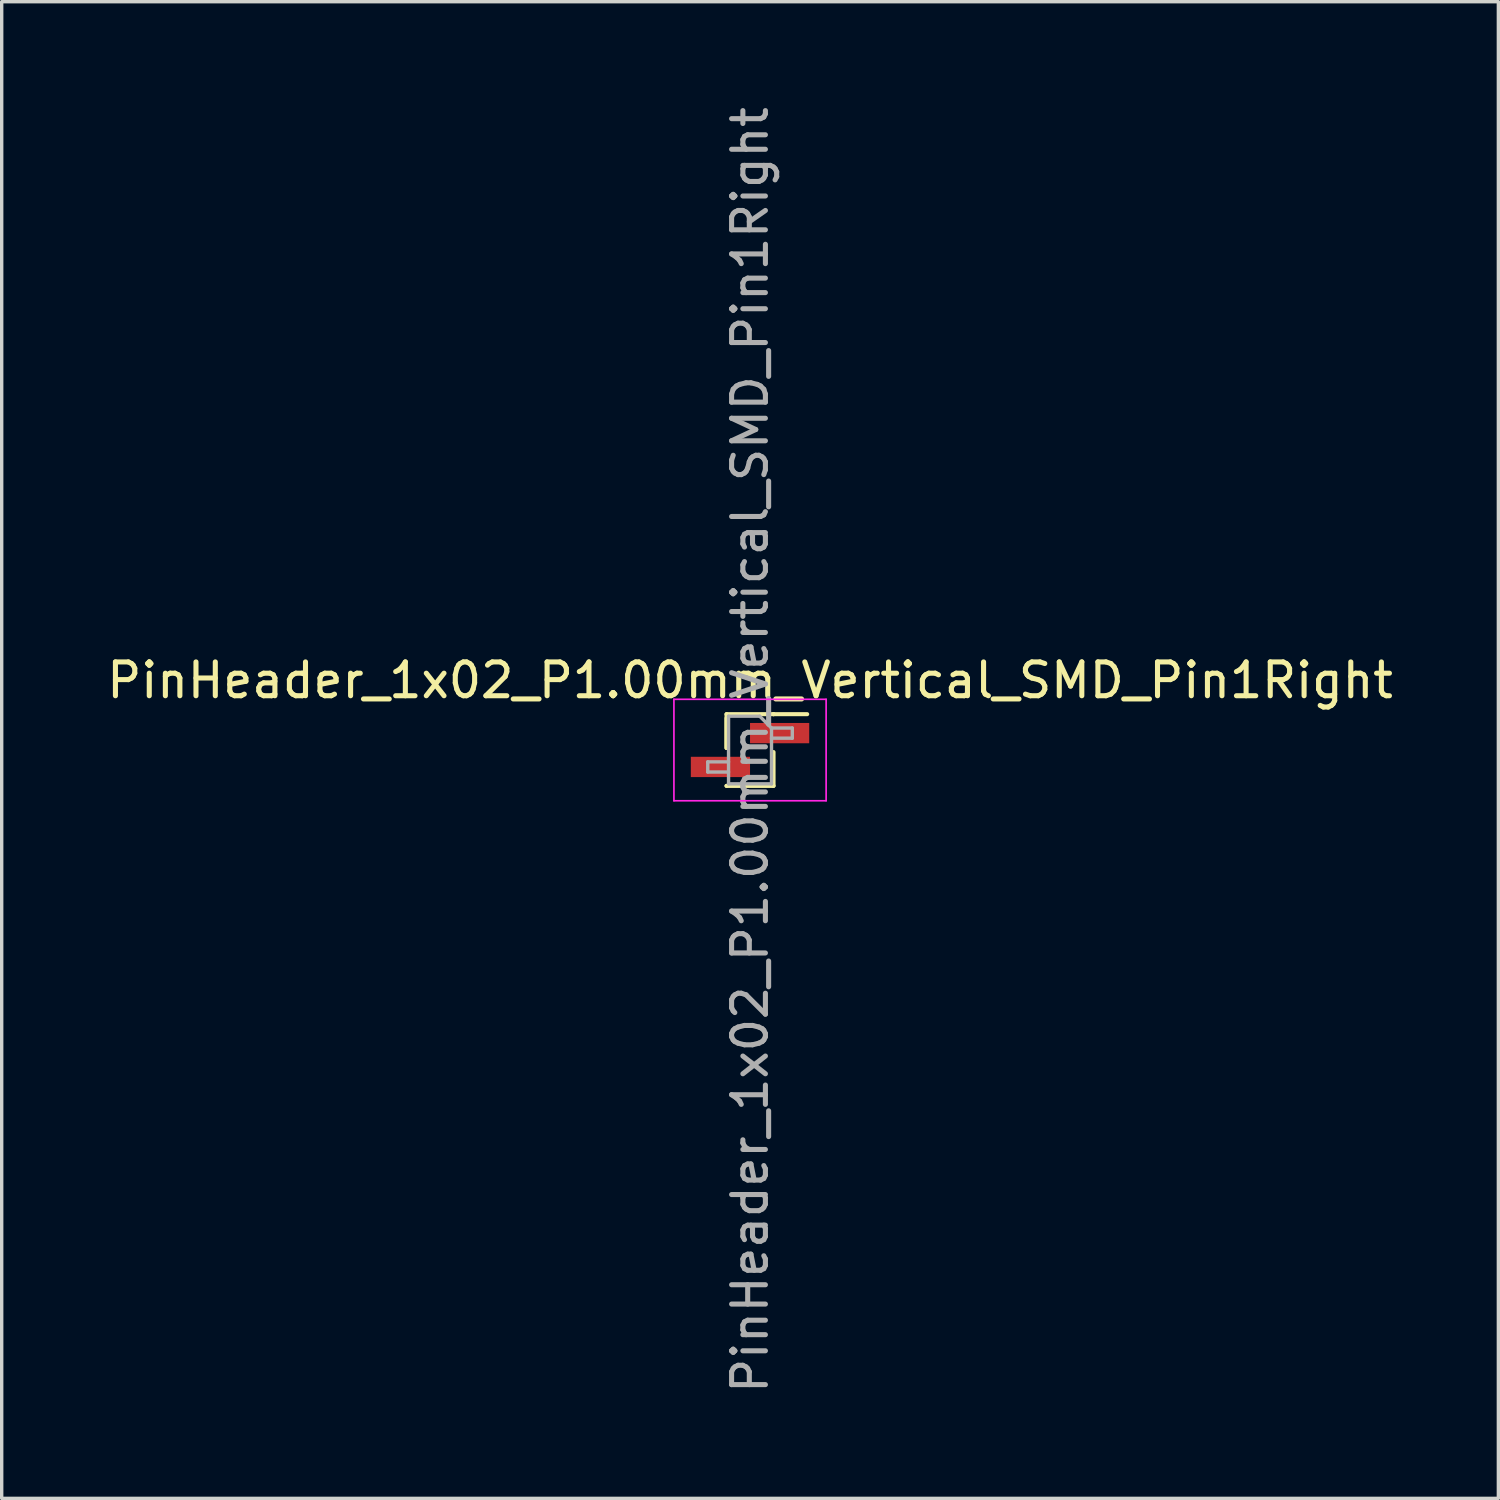
<source format=kicad_pcb>
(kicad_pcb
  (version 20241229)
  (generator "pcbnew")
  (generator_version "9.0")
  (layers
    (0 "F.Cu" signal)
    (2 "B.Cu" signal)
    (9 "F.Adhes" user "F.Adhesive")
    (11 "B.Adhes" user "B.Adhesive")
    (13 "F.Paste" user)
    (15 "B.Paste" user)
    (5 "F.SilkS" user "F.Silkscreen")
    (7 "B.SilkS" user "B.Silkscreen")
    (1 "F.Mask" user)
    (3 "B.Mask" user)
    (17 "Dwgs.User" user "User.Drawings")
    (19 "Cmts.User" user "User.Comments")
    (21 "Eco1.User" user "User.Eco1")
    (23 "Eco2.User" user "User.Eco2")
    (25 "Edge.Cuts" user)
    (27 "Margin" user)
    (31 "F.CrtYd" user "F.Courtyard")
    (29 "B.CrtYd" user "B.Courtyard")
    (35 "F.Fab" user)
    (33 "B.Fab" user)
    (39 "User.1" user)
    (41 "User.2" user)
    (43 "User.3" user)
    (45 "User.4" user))
  (footprint "PinHeader_1x02_P1.00mm_Vertical_SMD_Pin1Right"
    (layer "F.Cu")
    (at 19.125 19.125)
    (property "Reference" "PinHeader_1x02_P1.00mm_Vertical_SMD_Pin1Right" (at 0 -2.06 0) (layer "F.SilkS") (effects (font (size 1 1) (thickness 0.15))))
    (attr smd)
    (fp_line (start -0.695 -1.06) (end -0.695 -0.06) (stroke (width 0.12) (type solid)) (layer "F.SilkS"))
    (fp_line (start -0.695 -1.06) (end 0.695 -1.06) (stroke (width 0.12) (type solid)) (layer "F.SilkS"))
    (fp_line (start -0.695 -0.94) (end -0.695 -0.06) (stroke (width 0.12) (type solid)) (layer "F.SilkS"))
    (fp_line (start -0.695 1.06) (end -0.695 1.06) (stroke (width 0.12) (type solid)) (layer "F.SilkS"))
    (fp_line (start -0.695 1.06) (end 0.695 1.06) (stroke (width 0.12) (type solid)) (layer "F.SilkS"))
    (fp_line (start 0.695 -1.06) (end 0.695 -1.06) (stroke (width 0.12) (type solid)) (layer "F.SilkS"))
    (fp_line (start 0.695 -1.06) (end 1.69 -1.06) (stroke (width 0.12) (type solid)) (layer "F.SilkS"))
    (fp_line (start 0.695 0.06) (end 0.695 1.06) (stroke (width 0.12) (type solid)) (layer "F.SilkS"))
    (fp_line (start -2.25 -1.5) (end -2.25 1.5) (stroke (width 0.05) (type solid)) (layer "F.CrtYd"))
    (fp_line (start -2.25 1.5) (end 2.25 1.5) (stroke (width 0.05) (type solid)) (layer "F.CrtYd"))
    (fp_line (start 2.25 -1.5) (end -2.25 -1.5) (stroke (width 0.05) (type solid)) (layer "F.CrtYd"))
    (fp_line (start 2.25 1.5) (end 2.25 -1.5) (stroke (width 0.05) (type solid)) (layer "F.CrtYd"))
    (fp_line (start -1.25 0.35) (end -1.25 0.65) (stroke (width 0.1) (type solid)) (layer "F.Fab"))
    (fp_line (start -1.25 0.65) (end -0.635 0.65) (stroke (width 0.1) (type solid)) (layer "F.Fab"))
    (fp_line (start -0.635 -1) (end -0.635 1) (stroke (width 0.1) (type solid)) (layer "F.Fab"))
    (fp_line (start -0.635 -1) (end 0.285 -1) (stroke (width 0.1) (type solid)) (layer "F.Fab"))
    (fp_line (start -0.635 0.35) (end -1.25 0.35) (stroke (width 0.1) (type solid)) (layer "F.Fab"))
    (fp_line (start 0.635 -0.65) (end 0.285 -1) (stroke (width 0.1) (type solid)) (layer "F.Fab"))
    (fp_line (start 0.635 -0.65) (end 1.25 -0.65) (stroke (width 0.1) (type solid)) (layer "F.Fab"))
    (fp_line (start 0.635 1) (end -0.635 1) (stroke (width 0.1) (type solid)) (layer "F.Fab"))
    (fp_line (start 0.635 1) (end 0.635 -0.65) (stroke (width 0.1) (type solid)) (layer "F.Fab"))
    (fp_line (start 1.25 -0.65) (end 1.25 -0.35) (stroke (width 0.1) (type solid)) (layer "F.Fab"))
    (fp_line (start 1.25 -0.35) (end 0.635 -0.35) (stroke (width 0.1) (type solid)) (layer "F.Fab"))
    (fp_text user "${REFERENCE}" (at 0 0 90) (layer "F.Fab") (effects (font (size 1 1) (thickness 0.15))))
    (pad "1" smd rect (at 0.875 -0.5) (size 1.75 0.6) (layers "F.Cu" "F.Mask" "F.Paste"))
    (pad "2" smd rect (at -0.875 0.5) (size 1.75 0.6) (layers "F.Cu" "F.Mask" "F.Paste")))
  (gr_rect
    (start -3 -3)
    (end 41.25 41.25)
    (stroke (width 0.1) (type default))
    (fill no)
    (layer "Edge.Cuts")))
</source>
